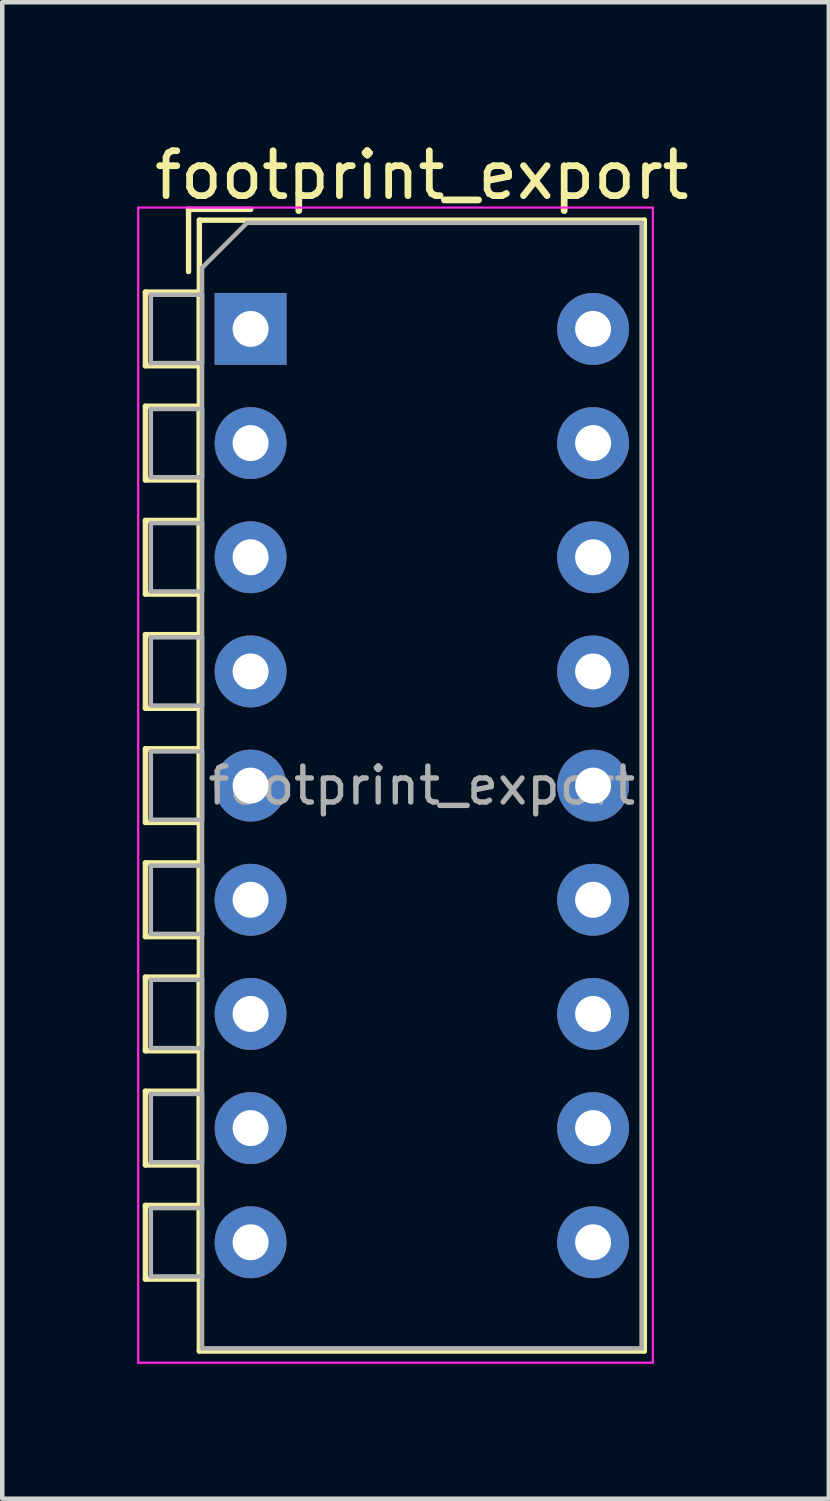
<source format=kicad_pcb>
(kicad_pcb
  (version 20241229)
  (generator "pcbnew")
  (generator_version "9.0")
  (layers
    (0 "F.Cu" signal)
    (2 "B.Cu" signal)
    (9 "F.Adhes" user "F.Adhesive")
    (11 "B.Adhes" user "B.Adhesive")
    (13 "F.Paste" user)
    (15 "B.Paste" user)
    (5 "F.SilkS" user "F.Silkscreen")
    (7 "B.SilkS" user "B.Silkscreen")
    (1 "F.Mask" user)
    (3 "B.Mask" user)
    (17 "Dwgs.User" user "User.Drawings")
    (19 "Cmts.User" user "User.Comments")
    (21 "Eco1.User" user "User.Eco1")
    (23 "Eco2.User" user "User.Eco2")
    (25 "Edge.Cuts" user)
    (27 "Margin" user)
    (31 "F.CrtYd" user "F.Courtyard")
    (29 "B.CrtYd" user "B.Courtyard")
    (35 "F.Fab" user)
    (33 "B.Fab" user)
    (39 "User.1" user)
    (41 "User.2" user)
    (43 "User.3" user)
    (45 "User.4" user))
  (footprint "footprint_export"
    (layer "F.Cu")
    (at 2.525 4.268)
    (property "Reference" "footprint_export" (at 3.81 -3.42 0) (layer "F.SilkS") (effects (font (size 1 1) (thickness 0.15))))
    (attr through_hole)
    (fp_line (start -2.34 -0.82) (end -2.34 0.82) (stroke (width 0.12) (type solid)) (layer "F.SilkS"))
    (fp_line (start -2.34 -0.82) (end -1.14 -0.82) (stroke (width 0.12) (type solid)) (layer "F.SilkS"))
    (fp_line (start -2.34 0.82) (end -1.14 0.82) (stroke (width 0.12) (type solid)) (layer "F.SilkS"))
    (fp_line (start -2.34 1.72) (end -2.34 3.361) (stroke (width 0.12) (type solid)) (layer "F.SilkS"))
    (fp_line (start -2.34 1.72) (end -1.14 1.72) (stroke (width 0.12) (type solid)) (layer "F.SilkS"))
    (fp_line (start -2.34 3.361) (end -1.14 3.361) (stroke (width 0.12) (type solid)) (layer "F.SilkS"))
    (fp_line (start -2.34 4.261) (end -2.34 5.9) (stroke (width 0.12) (type solid)) (layer "F.SilkS"))
    (fp_line (start -2.34 4.261) (end -1.14 4.261) (stroke (width 0.12) (type solid)) (layer "F.SilkS"))
    (fp_line (start -2.34 5.9) (end -1.14 5.9) (stroke (width 0.12) (type solid)) (layer "F.SilkS"))
    (fp_line (start -2.34 6.801) (end -2.34 8.441) (stroke (width 0.12) (type solid)) (layer "F.SilkS"))
    (fp_line (start -2.34 6.801) (end -1.14 6.801) (stroke (width 0.12) (type solid)) (layer "F.SilkS"))
    (fp_line (start -2.34 8.441) (end -1.14 8.441) (stroke (width 0.12) (type solid)) (layer "F.SilkS"))
    (fp_line (start -2.34 9.34) (end -2.34 10.98) (stroke (width 0.12) (type solid)) (layer "F.SilkS"))
    (fp_line (start -2.34 9.34) (end -1.14 9.34) (stroke (width 0.12) (type solid)) (layer "F.SilkS"))
    (fp_line (start -2.34 10.98) (end -1.14 10.98) (stroke (width 0.12) (type solid)) (layer "F.SilkS"))
    (fp_line (start -2.34 11.88) (end -2.34 13.52) (stroke (width 0.12) (type solid)) (layer "F.SilkS"))
    (fp_line (start -2.34 11.88) (end -1.14 11.88) (stroke (width 0.12) (type solid)) (layer "F.SilkS"))
    (fp_line (start -2.34 13.52) (end -1.14 13.52) (stroke (width 0.12) (type solid)) (layer "F.SilkS"))
    (fp_line (start -2.34 14.42) (end -2.34 16.06) (stroke (width 0.12) (type solid)) (layer "F.SilkS"))
    (fp_line (start -2.34 14.42) (end -1.14 14.42) (stroke (width 0.12) (type solid)) (layer "F.SilkS"))
    (fp_line (start -2.34 16.06) (end -1.14 16.06) (stroke (width 0.12) (type solid)) (layer "F.SilkS"))
    (fp_line (start -2.34 16.96) (end -2.34 18.6) (stroke (width 0.12) (type solid)) (layer "F.SilkS"))
    (fp_line (start -2.34 16.96) (end -1.14 16.96) (stroke (width 0.12) (type solid)) (layer "F.SilkS"))
    (fp_line (start -2.34 18.6) (end -1.14 18.6) (stroke (width 0.12) (type solid)) (layer "F.SilkS"))
    (fp_line (start -2.34 19.5) (end -2.34 21.14) (stroke (width 0.12) (type solid)) (layer "F.SilkS"))
    (fp_line (start -2.34 19.5) (end -1.14 19.5) (stroke (width 0.12) (type solid)) (layer "F.SilkS"))
    (fp_line (start -2.34 21.14) (end -1.14 21.14) (stroke (width 0.12) (type solid)) (layer "F.SilkS"))
    (fp_line (start -1.38 -2.66) (end -1.38 -1.277) (stroke (width 0.12) (type solid)) (layer "F.SilkS"))
    (fp_line (start -1.38 -2.66) (end 0.004 -2.66) (stroke (width 0.12) (type solid)) (layer "F.SilkS"))
    (fp_line (start -1.14 -2.42) (end -1.14 22.74) (stroke (width 0.12) (type solid)) (layer "F.SilkS"))
    (fp_line (start -1.14 -2.42) (end 8.76 -2.42) (stroke (width 0.12) (type solid)) (layer "F.SilkS"))
    (fp_line (start -1.14 -0.82) (end -1.14 0.82) (stroke (width 0.12) (type solid)) (layer "F.SilkS"))
    (fp_line (start -1.14 1.72) (end -1.14 3.361) (stroke (width 0.12) (type solid)) (layer "F.SilkS"))
    (fp_line (start -1.14 4.261) (end -1.14 5.9) (stroke (width 0.12) (type solid)) (layer "F.SilkS"))
    (fp_line (start -1.14 6.801) (end -1.14 8.441) (stroke (width 0.12) (type solid)) (layer "F.SilkS"))
    (fp_line (start -1.14 9.34) (end -1.14 10.98) (stroke (width 0.12) (type solid)) (layer "F.SilkS"))
    (fp_line (start -1.14 11.88) (end -1.14 13.52) (stroke (width 0.12) (type solid)) (layer "F.SilkS"))
    (fp_line (start -1.14 14.42) (end -1.14 16.06) (stroke (width 0.12) (type solid)) (layer "F.SilkS"))
    (fp_line (start -1.14 16.96) (end -1.14 18.6) (stroke (width 0.12) (type solid)) (layer "F.SilkS"))
    (fp_line (start -1.14 19.5) (end -1.14 21.14) (stroke (width 0.12) (type solid)) (layer "F.SilkS"))
    (fp_line (start -1.14 22.74) (end 8.76 22.74) (stroke (width 0.12) (type solid)) (layer "F.SilkS"))
    (fp_line (start 8.76 -2.42) (end 8.76 22.74) (stroke (width 0.12) (type solid)) (layer "F.SilkS"))
    (fp_line (start -2.5 -2.7) (end -2.5 23) (stroke (width 0.05) (type solid)) (layer "F.CrtYd"))
    (fp_line (start -2.5 23) (end 8.95 23) (stroke (width 0.05) (type solid)) (layer "F.CrtYd"))
    (fp_line (start 8.95 -2.7) (end -2.5 -2.7) (stroke (width 0.05) (type solid)) (layer "F.CrtYd"))
    (fp_line (start 8.95 23) (end 8.95 -2.7) (stroke (width 0.05) (type solid)) (layer "F.CrtYd"))
    (fp_line (start -2.22 -0.76) (end -1.08 -0.76) (stroke (width 0.1) (type solid)) (layer "F.Fab"))
    (fp_line (start -2.22 0.76) (end -2.22 -0.76) (stroke (width 0.1) (type solid)) (layer "F.Fab"))
    (fp_line (start -2.22 1.78) (end -1.08 1.78) (stroke (width 0.1) (type solid)) (layer "F.Fab"))
    (fp_line (start -2.22 3.3) (end -2.22 1.78) (stroke (width 0.1) (type solid)) (layer "F.Fab"))
    (fp_line (start -2.22 4.32) (end -1.08 4.32) (stroke (width 0.1) (type solid)) (layer "F.Fab"))
    (fp_line (start -2.22 5.84) (end -2.22 4.32) (stroke (width 0.1) (type solid)) (layer "F.Fab"))
    (fp_line (start -2.22 6.86) (end -1.08 6.86) (stroke (width 0.1) (type solid)) (layer "F.Fab"))
    (fp_line (start -2.22 8.38) (end -2.22 6.86) (stroke (width 0.1) (type solid)) (layer "F.Fab"))
    (fp_line (start -2.22 9.4) (end -1.08 9.4) (stroke (width 0.1) (type solid)) (layer "F.Fab"))
    (fp_line (start -2.22 10.92) (end -2.22 9.4) (stroke (width 0.1) (type solid)) (layer "F.Fab"))
    (fp_line (start -2.22 11.94) (end -1.08 11.94) (stroke (width 0.1) (type solid)) (layer "F.Fab"))
    (fp_line (start -2.22 13.46) (end -2.22 11.94) (stroke (width 0.1) (type solid)) (layer "F.Fab"))
    (fp_line (start -2.22 14.48) (end -1.08 14.48) (stroke (width 0.1) (type solid)) (layer "F.Fab"))
    (fp_line (start -2.22 16) (end -2.22 14.48) (stroke (width 0.1) (type solid)) (layer "F.Fab"))
    (fp_line (start -2.22 17.02) (end -1.08 17.02) (stroke (width 0.1) (type solid)) (layer "F.Fab"))
    (fp_line (start -2.22 18.54) (end -2.22 17.02) (stroke (width 0.1) (type solid)) (layer "F.Fab"))
    (fp_line (start -2.22 19.56) (end -1.08 19.56) (stroke (width 0.1) (type solid)) (layer "F.Fab"))
    (fp_line (start -2.22 21.08) (end -2.22 19.56) (stroke (width 0.1) (type solid)) (layer "F.Fab"))
    (fp_line (start -1.08 -1.36) (end -0.08 -2.36) (stroke (width 0.1) (type solid)) (layer "F.Fab"))
    (fp_line (start -1.08 -0.76) (end -1.08 0.76) (stroke (width 0.1) (type solid)) (layer "F.Fab"))
    (fp_line (start -1.08 0.76) (end -2.22 0.76) (stroke (width 0.1) (type solid)) (layer "F.Fab"))
    (fp_line (start -1.08 1.78) (end -1.08 3.3) (stroke (width 0.1) (type solid)) (layer "F.Fab"))
    (fp_line (start -1.08 3.3) (end -2.22 3.3) (stroke (width 0.1) (type solid)) (layer "F.Fab"))
    (fp_line (start -1.08 4.32) (end -1.08 5.84) (stroke (width 0.1) (type solid)) (layer "F.Fab"))
    (fp_line (start -1.08 5.84) (end -2.22 5.84) (stroke (width 0.1) (type solid)) (layer "F.Fab"))
    (fp_line (start -1.08 6.86) (end -1.08 8.38) (stroke (width 0.1) (type solid)) (layer "F.Fab"))
    (fp_line (start -1.08 8.38) (end -2.22 8.38) (stroke (width 0.1) (type solid)) (layer "F.Fab"))
    (fp_line (start -1.08 9.4) (end -1.08 10.92) (stroke (width 0.1) (type solid)) (layer "F.Fab"))
    (fp_line (start -1.08 10.92) (end -2.22 10.92) (stroke (width 0.1) (type solid)) (layer "F.Fab"))
    (fp_line (start -1.08 11.94) (end -1.08 13.46) (stroke (width 0.1) (type solid)) (layer "F.Fab"))
    (fp_line (start -1.08 13.46) (end -2.22 13.46) (stroke (width 0.1) (type solid)) (layer "F.Fab"))
    (fp_line (start -1.08 14.48) (end -1.08 16) (stroke (width 0.1) (type solid)) (layer "F.Fab"))
    (fp_line (start -1.08 16) (end -2.22 16) (stroke (width 0.1) (type solid)) (layer "F.Fab"))
    (fp_line (start -1.08 17.02) (end -1.08 18.54) (stroke (width 0.1) (type solid)) (layer "F.Fab"))
    (fp_line (start -1.08 18.54) (end -2.22 18.54) (stroke (width 0.1) (type solid)) (layer "F.Fab"))
    (fp_line (start -1.08 19.56) (end -1.08 21.08) (stroke (width 0.1) (type solid)) (layer "F.Fab"))
    (fp_line (start -1.08 21.08) (end -2.22 21.08) (stroke (width 0.1) (type solid)) (layer "F.Fab"))
    (fp_line (start -1.08 22.68) (end -1.08 -1.36) (stroke (width 0.1) (type solid)) (layer "F.Fab"))
    (fp_line (start -0.08 -2.36) (end 8.7 -2.36) (stroke (width 0.1) (type solid)) (layer "F.Fab"))
    (fp_line (start 8.7 -2.36) (end 8.7 22.68) (stroke (width 0.1) (type solid)) (layer "F.Fab"))
    (fp_line (start 8.7 22.68) (end -1.08 22.68) (stroke (width 0.1) (type solid)) (layer "F.Fab"))
    (fp_text user "${REFERENCE}" (at 3.81 10.16 0) (layer "F.Fab") (effects (font (size 0.8 0.8) (thickness 0.12))))
    (pad "1" thru_hole rect (at 0 0) (size 1.6 1.6) (drill 0.8) (layers "*.Cu" "*.Mask"))
    (pad "2" thru_hole oval (at 0 2.54) (size 1.6 1.6) (drill 0.8) (layers "*.Cu" "*.Mask"))
    (pad "3" thru_hole oval (at 0 5.08) (size 1.6 1.6) (drill 0.8) (layers "*.Cu" "*.Mask"))
    (pad "4" thru_hole oval (at 0 7.62) (size 1.6 1.6) (drill 0.8) (layers "*.Cu" "*.Mask"))
    (pad "5" thru_hole oval (at 0 10.16) (size 1.6 1.6) (drill 0.8) (layers "*.Cu" "*.Mask"))
    (pad "6" thru_hole oval (at 0 12.7) (size 1.6 1.6) (drill 0.8) (layers "*.Cu" "*.Mask"))
    (pad "7" thru_hole oval (at 0 15.24) (size 1.6 1.6) (drill 0.8) (layers "*.Cu" "*.Mask"))
    (pad "8" thru_hole oval (at 0 17.78) (size 1.6 1.6) (drill 0.8) (layers "*.Cu" "*.Mask"))
    (pad "9" thru_hole oval (at 0 20.32) (size 1.6 1.6) (drill 0.8) (layers "*.Cu" "*.Mask"))
    (pad "10" thru_hole oval (at 7.62 20.32) (size 1.6 1.6) (drill 0.8) (layers "*.Cu" "*.Mask"))
    (pad "11" thru_hole oval (at 7.62 17.78) (size 1.6 1.6) (drill 0.8) (layers "*.Cu" "*.Mask"))
    (pad "12" thru_hole oval (at 7.62 15.24) (size 1.6 1.6) (drill 0.8) (layers "*.Cu" "*.Mask"))
    (pad "13" thru_hole oval (at 7.62 12.7) (size 1.6 1.6) (drill 0.8) (layers "*.Cu" "*.Mask"))
    (pad "14" thru_hole oval (at 7.62 10.16) (size 1.6 1.6) (drill 0.8) (layers "*.Cu" "*.Mask"))
    (pad "15" thru_hole oval (at 7.62 7.62) (size 1.6 1.6) (drill 0.8) (layers "*.Cu" "*.Mask"))
    (pad "16" thru_hole oval (at 7.62 5.08) (size 1.6 1.6) (drill 0.8) (layers "*.Cu" "*.Mask"))
    (pad "17" thru_hole oval (at 7.62 2.54) (size 1.6 1.6) (drill 0.8) (layers "*.Cu" "*.Mask"))
    (pad "18" thru_hole oval (at 7.62 0) (size 1.6 1.6) (drill 0.8) (layers "*.Cu" "*.Mask")))
  (gr_rect
    (start -3 -3)
    (end 15.389 30.293)
    (stroke (width 0.1) (type default))
    (fill no)
    (layer "Edge.Cuts")))
</source>
